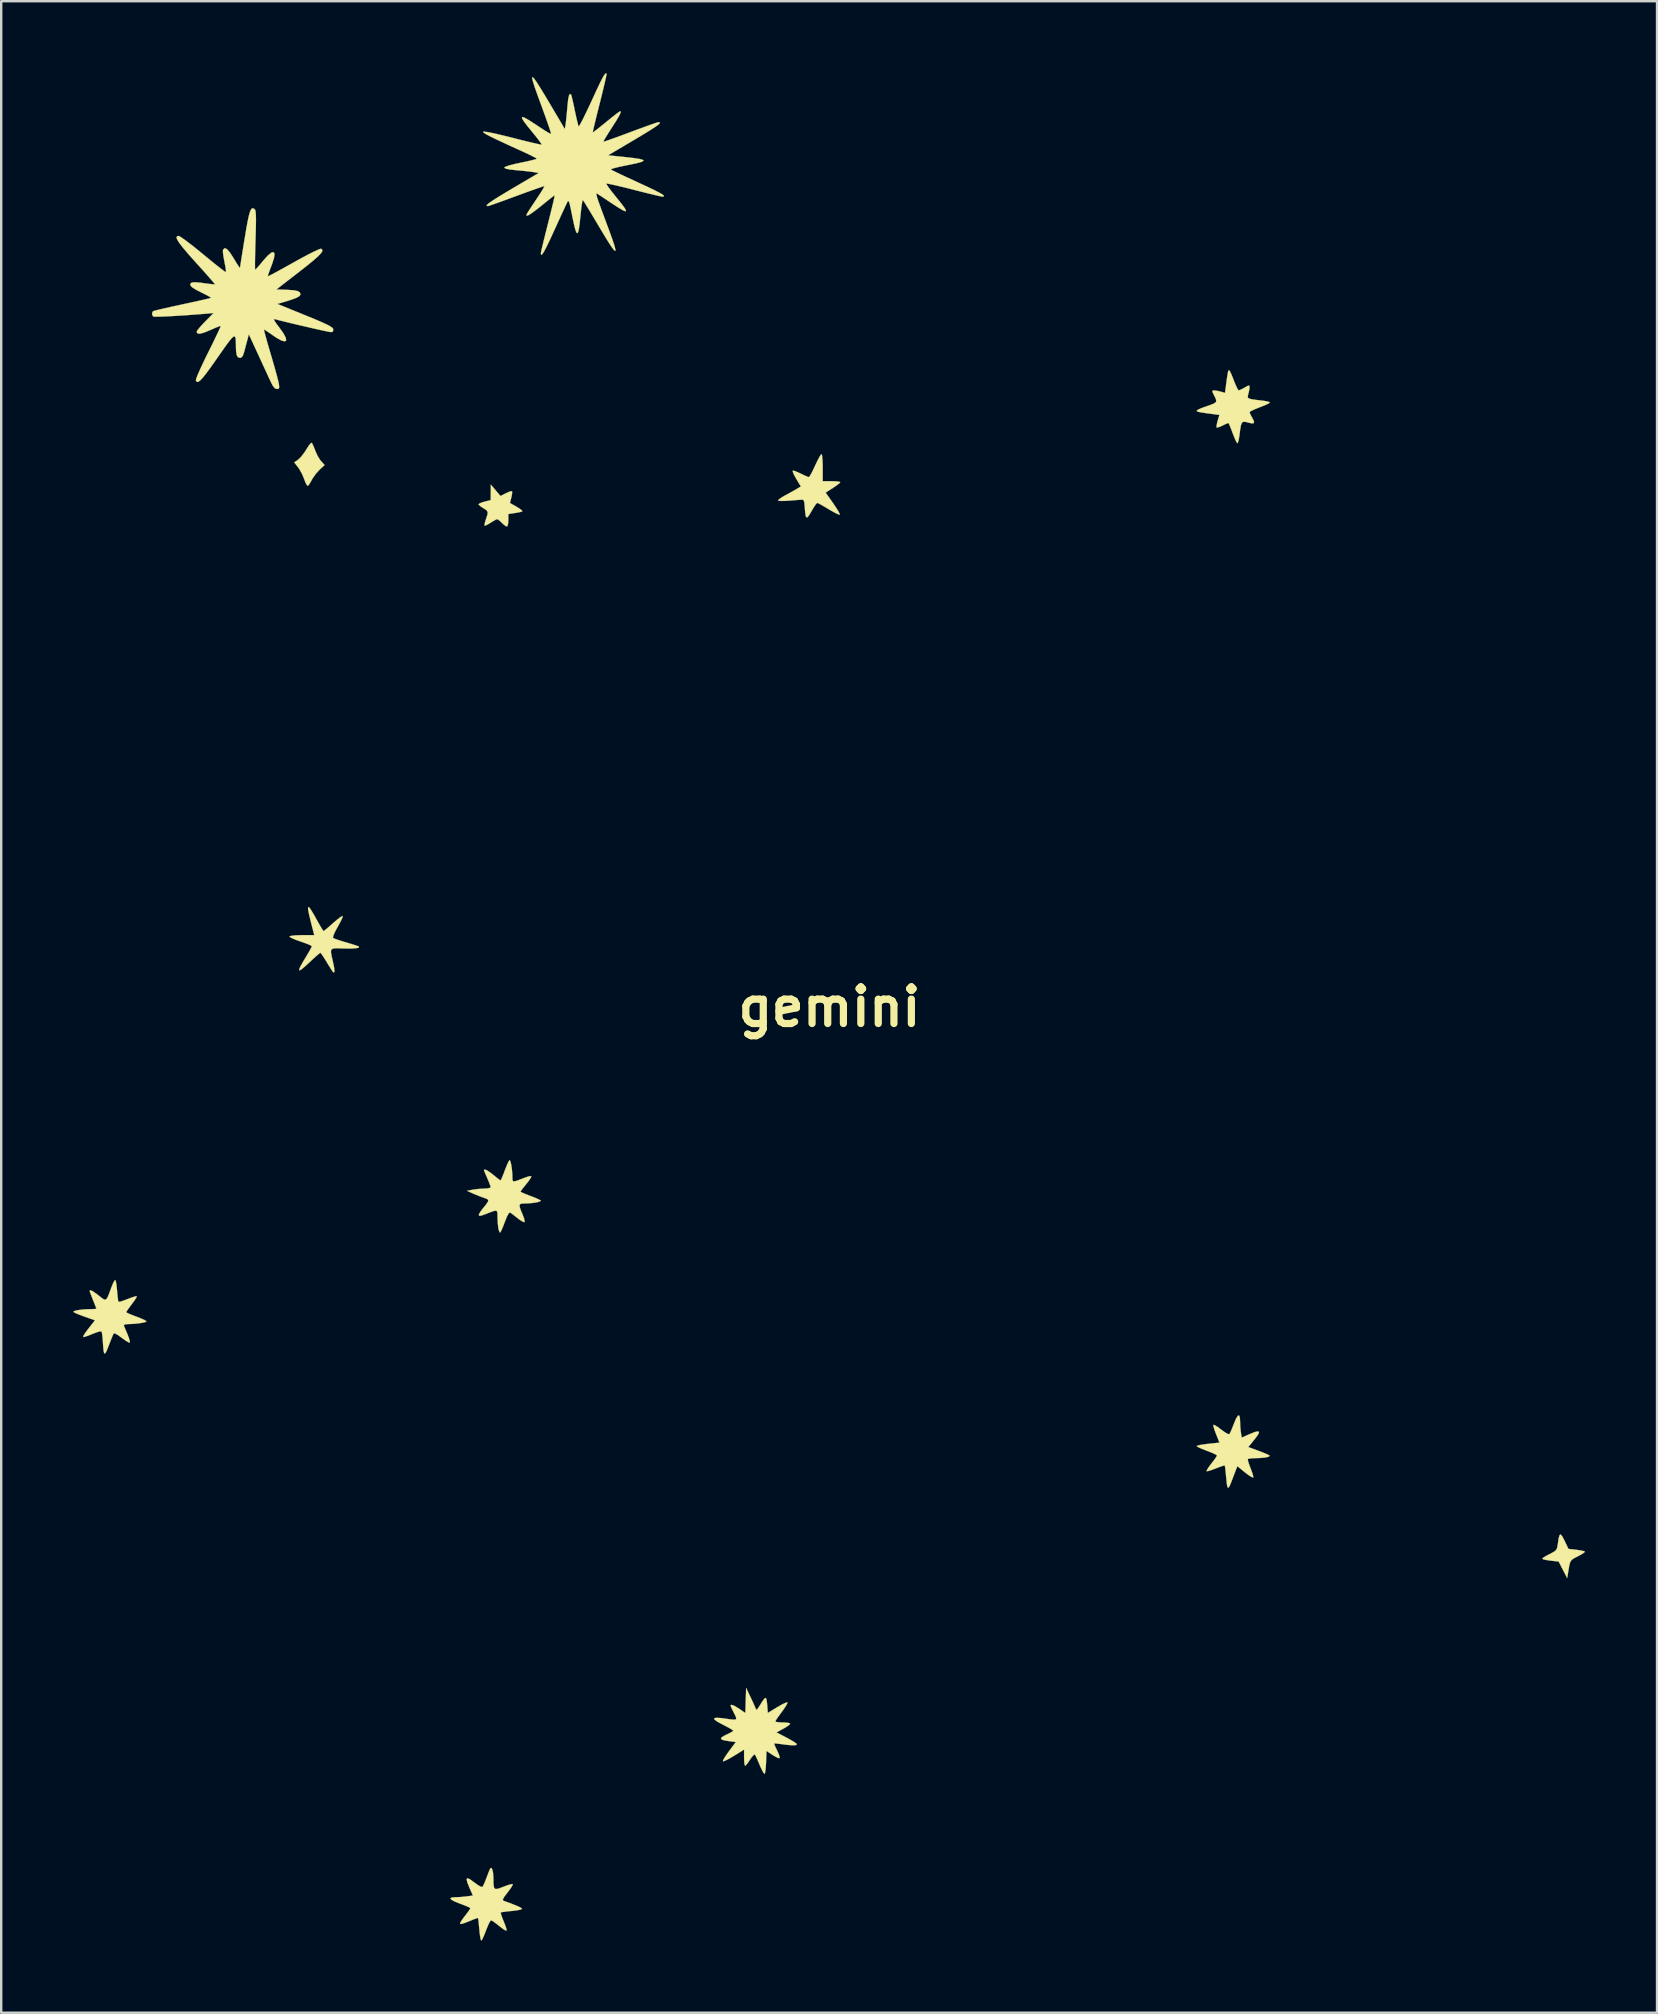
<source format=kicad_pcb>
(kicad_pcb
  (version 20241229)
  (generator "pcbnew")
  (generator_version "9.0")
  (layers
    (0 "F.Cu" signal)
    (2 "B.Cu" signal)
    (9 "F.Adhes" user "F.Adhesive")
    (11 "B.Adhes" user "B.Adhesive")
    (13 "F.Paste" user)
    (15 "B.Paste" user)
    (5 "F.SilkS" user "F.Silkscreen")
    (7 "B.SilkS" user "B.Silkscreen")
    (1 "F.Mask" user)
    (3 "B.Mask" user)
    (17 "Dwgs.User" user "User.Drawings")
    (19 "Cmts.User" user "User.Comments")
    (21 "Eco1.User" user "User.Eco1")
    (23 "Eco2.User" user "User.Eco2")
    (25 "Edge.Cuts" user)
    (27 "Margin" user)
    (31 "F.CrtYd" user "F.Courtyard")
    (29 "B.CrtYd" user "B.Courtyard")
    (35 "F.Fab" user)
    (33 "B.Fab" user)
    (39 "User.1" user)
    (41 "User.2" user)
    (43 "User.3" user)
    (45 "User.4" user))
  (footprint "gemini"
    (layer "F.Cu")
    (at 31.501 38.894)
    (property "Reference" "gemini" (at 0 0 0) (layer "F.SilkS") (effects (font (size 1.524 1.524) (thickness 0.3))))
    (attr through_hole)
    (fp_poly (pts (xy -21.521 -23.423) (xy -21.459 -23.278) (xy -21.419 -23.17) (xy -21.33 -22.972) (xy -21.222 -22.792) (xy -21.173 -22.731) (xy -21.029 -22.573) (xy -21.234 -22.385) (xy -21.388 -22.217) (xy -21.525 -22.024) (xy -21.556 -21.968) (xy -21.638 -21.823) (xy -21.706 -21.724) (xy -21.726 -21.706) (xy -21.77 -21.737) (xy -21.829 -21.849) (xy -21.874 -21.971) (xy -21.962 -22.187) (xy -22.078 -22.397) (xy -22.132 -22.475) (xy -22.295 -22.683) (xy -22.129 -22.801) (xy -22.011 -22.915) (xy -21.877 -23.087) (xy -21.784 -23.233) (xy -21.687 -23.386) (xy -21.606 -23.482) (xy -21.562 -23.5) (xy -21.521 -23.423)) (stroke (width 0.01) (type solid)) (fill yes) (layer "F.SilkS"))
    (fp_poly (pts (xy 30.522 22.048) (xy 30.612 22.22) (xy 30.618 22.233) (xy 30.781 22.574) (xy 31.112 22.612) (xy 31.293 22.638) (xy 31.422 22.667) (xy 31.466 22.688) (xy 31.433 22.731) (xy 31.322 22.803) (xy 31.181 22.878) (xy 31.016 22.962) (xy 30.914 23.033) (xy 30.854 23.124) (xy 30.816 23.264) (xy 30.779 23.481) (xy 30.729 23.791) (xy 30.373 23.101) (xy 30.031 23.062) (xy 29.852 23.036) (xy 29.728 23.006) (xy 29.69 22.982) (xy 29.736 22.937) (xy 29.857 22.862) (xy 29.996 22.79) (xy 30.168 22.701) (xy 30.263 22.625) (xy 30.311 22.53) (xy 30.337 22.381) (xy 30.339 22.369) (xy 30.375 22.13) (xy 30.412 21.999) (xy 30.459 21.973) (xy 30.522 22.048)) (stroke (width 0.01) (type solid)) (fill yes) (layer "F.SilkS"))
    (fp_poly (pts (xy -13.905 -21.521) (xy -13.704 -21.283) (xy -13.479 -21.398) (xy -13.338 -21.461) (xy -13.242 -21.487) (xy -13.223 -21.483) (xy -13.217 -21.415) (xy -13.238 -21.28) (xy -13.252 -21.223) (xy -13.31 -20.993) (xy -13.028 -20.832) (xy -12.885 -20.742) (xy -12.802 -20.672) (xy -12.794 -20.642) (xy -12.874 -20.617) (xy -13.023 -20.587) (xy -13.109 -20.573) (xy -13.377 -20.533) (xy -13.377 -20.289) (xy -13.387 -20.133) (xy -13.413 -20.031) (xy -13.425 -20.015) (xy -13.49 -20.033) (xy -13.594 -20.114) (xy -13.633 -20.153) (xy -13.744 -20.258) (xy -13.826 -20.316) (xy -13.841 -20.32) (xy -13.912 -20.291) (xy -14.04 -20.218) (xy -14.113 -20.171) (xy -14.25 -20.089) (xy -14.345 -20.048) (xy -14.367 -20.049) (xy -14.366 -20.114) (xy -14.333 -20.246) (xy -14.309 -20.318) (xy -14.249 -20.499) (xy -14.236 -20.609) (xy -14.277 -20.683) (xy -14.383 -20.756) (xy -14.422 -20.779) (xy -14.546 -20.862) (xy -14.614 -20.927) (xy -14.619 -20.94) (xy -14.57 -20.978) (xy -14.444 -21.026) (xy -14.365 -21.048) (xy -14.111 -21.112) (xy -14.109 -21.436) (xy -14.106 -21.759) (xy -13.905 -21.521)) (stroke (width 0.01) (type solid)) (fill yes) (layer "F.SilkS"))
    (fp_poly (pts (xy -0.311 -22.977) (xy -0.294 -22.835) (xy -0.284 -22.629) (xy -0.282 -22.465) (xy -0.282 -21.9) (xy 0.085 -21.9) (xy 0.271 -21.895) (xy 0.403 -21.879) (xy 0.451 -21.858) (xy 0.407 -21.808) (xy 0.292 -21.72) (xy 0.145 -21.62) (xy -0.16 -21.425) (xy 0.152 -20.982) (xy 0.282 -20.789) (xy 0.378 -20.631) (xy 0.428 -20.53) (xy 0.43 -20.505) (xy 0.37 -20.518) (xy 0.239 -20.579) (xy 0.059 -20.679) (xy -0.034 -20.734) (xy -0.231 -20.851) (xy -0.391 -20.942) (xy -0.491 -20.992) (xy -0.509 -20.997) (xy -0.558 -20.952) (xy -0.641 -20.834) (xy -0.729 -20.687) (xy -0.837 -20.502) (xy -0.907 -20.406) (xy -0.951 -20.387) (xy -0.983 -20.433) (xy -0.988 -20.447) (xy -1.005 -20.54) (xy -1.021 -20.703) (xy -1.029 -20.828) (xy -1.046 -21.016) (xy -1.08 -21.111) (xy -1.129 -21.133) (xy -1.222 -21.126) (xy -1.395 -21.113) (xy -1.615 -21.095) (xy -1.679 -21.09) (xy -1.892 -21.077) (xy -2.054 -21.079) (xy -2.138 -21.092) (xy -2.145 -21.1) (xy -2.099 -21.15) (xy -1.98 -21.232) (xy -1.849 -21.307) (xy -1.649 -21.415) (xy -1.461 -21.52) (xy -1.372 -21.572) (xy -1.192 -21.68) (xy -1.386 -22.002) (xy -1.476 -22.166) (xy -1.527 -22.288) (xy -1.528 -22.341) (xy -1.528 -22.341) (xy -1.453 -22.327) (xy -1.314 -22.272) (xy -1.192 -22.214) (xy -1.028 -22.135) (xy -0.905 -22.083) (xy -0.86 -22.07) (xy -0.818 -22.118) (xy -0.744 -22.247) (xy -0.651 -22.434) (xy -0.598 -22.55) (xy -0.499 -22.758) (xy -0.412 -22.921) (xy -0.35 -23.015) (xy -0.332 -23.029) (xy -0.311 -22.977)) (stroke (width 0.01) (type solid)) (fill yes) (layer "F.SilkS"))
    (fp_poly (pts (xy -21.603 -4.056) (xy -21.481 -3.854) (xy -21.361 -3.638) (xy -21.247 -3.434) (xy -21.152 -3.273) (xy -21.089 -3.178) (xy -21.072 -3.161) (xy -21.021 -3.196) (xy -20.906 -3.291) (xy -20.749 -3.427) (xy -20.668 -3.5) (xy -20.501 -3.643) (xy -20.368 -3.744) (xy -20.288 -3.788) (xy -20.274 -3.785) (xy -20.292 -3.714) (xy -20.357 -3.573) (xy -20.456 -3.389) (xy -20.491 -3.327) (xy -20.594 -3.137) (xy -20.661 -2.983) (xy -20.683 -2.89) (xy -20.679 -2.878) (xy -20.606 -2.842) (xy -20.452 -2.787) (xy -20.243 -2.72) (xy -20.128 -2.687) (xy -19.905 -2.62) (xy -19.727 -2.564) (xy -19.618 -2.524) (xy -19.598 -2.514) (xy -19.605 -2.473) (xy -19.717 -2.446) (xy -19.927 -2.433) (xy -20.228 -2.436) (xy -20.259 -2.437) (xy -20.51 -2.446) (xy -20.668 -2.437) (xy -20.749 -2.391) (xy -20.767 -2.29) (xy -20.736 -2.113) (xy -20.684 -1.888) (xy -20.632 -1.633) (xy -20.618 -1.48) (xy -20.641 -1.43) (xy -20.694 -1.475) (xy -20.751 -1.56) (xy -20.846 -1.711) (xy -20.958 -1.895) (xy -20.964 -1.905) (xy -21.071 -2.077) (xy -21.156 -2.202) (xy -21.204 -2.257) (xy -21.206 -2.258) (xy -21.258 -2.222) (xy -21.372 -2.124) (xy -21.528 -1.983) (xy -21.627 -1.891) (xy -21.849 -1.686) (xy -22 -1.562) (xy -22.08 -1.52) (xy -22.091 -1.563) (xy -22.034 -1.693) (xy -21.911 -1.912) (xy -21.778 -2.132) (xy -21.673 -2.31) (xy -21.596 -2.45) (xy -21.562 -2.526) (xy -21.562 -2.529) (xy -21.612 -2.565) (xy -21.745 -2.624) (xy -21.939 -2.695) (xy -22.043 -2.73) (xy -22.251 -2.804) (xy -22.406 -2.872) (xy -22.486 -2.923) (xy -22.491 -2.939) (xy -22.423 -2.962) (xy -22.271 -2.981) (xy -22.06 -2.99) (xy -21.959 -2.992) (xy -21.461 -2.992) (xy -21.595 -3.514) (xy -21.673 -3.833) (xy -21.715 -4.046) (xy -21.718 -4.154) (xy -21.682 -4.157) (xy -21.603 -4.056)) (stroke (width 0.01) (type solid)) (fill yes) (layer "F.SilkS"))
    (fp_poly (pts (xy 16.68 -26.48) (xy 16.742 -26.35) (xy 16.818 -26.163) (xy 16.839 -26.106) (xy 16.919 -25.908) (xy 16.989 -25.76) (xy 17.038 -25.686) (xy 17.047 -25.682) (xy 17.123 -25.709) (xy 17.252 -25.775) (xy 17.297 -25.801) (xy 17.424 -25.872) (xy 17.482 -25.885) (xy 17.497 -25.843) (xy 17.498 -25.814) (xy 17.482 -25.686) (xy 17.446 -25.53) (xy 17.424 -25.442) (xy 17.429 -25.382) (xy 17.48 -25.342) (xy 17.592 -25.312) (xy 17.785 -25.285) (xy 18.02 -25.258) (xy 18.194 -25.232) (xy 18.312 -25.201) (xy 18.344 -25.178) (xy 18.295 -25.139) (xy 18.165 -25.076) (xy 17.978 -25) (xy 17.921 -24.979) (xy 17.724 -24.901) (xy 17.575 -24.831) (xy 17.502 -24.783) (xy 17.498 -24.775) (xy 17.525 -24.698) (xy 17.592 -24.572) (xy 17.608 -24.545) (xy 17.683 -24.394) (xy 17.676 -24.318) (xy 17.581 -24.309) (xy 17.483 -24.332) (xy 17.341 -24.37) (xy 17.245 -24.377) (xy 17.182 -24.337) (xy 17.14 -24.233) (xy 17.107 -24.049) (xy 17.072 -23.777) (xy 17.044 -23.612) (xy 17.012 -23.504) (xy 16.992 -23.481) (xy 16.954 -23.53) (xy 16.891 -23.661) (xy 16.815 -23.847) (xy 16.794 -23.904) (xy 16.719 -24.101) (xy 16.658 -24.25) (xy 16.62 -24.324) (xy 16.615 -24.328) (xy 16.554 -24.304) (xy 16.43 -24.246) (xy 16.374 -24.217) (xy 16.235 -24.156) (xy 16.142 -24.133) (xy 16.126 -24.138) (xy 16.122 -24.205) (xy 16.149 -24.341) (xy 16.169 -24.415) (xy 16.243 -24.661) (xy 15.982 -24.695) (xy 15.69 -24.734) (xy 15.493 -24.763) (xy 15.373 -24.788) (xy 15.314 -24.81) (xy 15.297 -24.834) (xy 15.296 -24.836) (xy 15.346 -24.876) (xy 15.475 -24.936) (xy 15.649 -25.001) (xy 15.888 -25.083) (xy 16.035 -25.146) (xy 16.103 -25.207) (xy 16.108 -25.282) (xy 16.065 -25.389) (xy 16.034 -25.449) (xy 15.966 -25.59) (xy 15.949 -25.659) (xy 15.982 -25.681) (xy 16.015 -25.682) (xy 16.14 -25.667) (xy 16.296 -25.631) (xy 16.476 -25.579) (xy 16.51 -25.842) (xy 16.549 -26.136) (xy 16.579 -26.334) (xy 16.602 -26.454) (xy 16.623 -26.513) (xy 16.643 -26.529) (xy 16.68 -26.48)) (stroke (width 0.01) (type solid)) (fill yes) (layer "F.SilkS"))
    (fp_poly (pts (xy 17.095 17.105) (xy 17.103 17.253) (xy 17.111 17.469) (xy 17.13 17.678) (xy 17.138 17.732) (xy 17.172 17.937) (xy 17.484 17.8) (xy 17.713 17.707) (xy 17.849 17.677) (xy 17.895 17.711) (xy 17.853 17.813) (xy 17.727 17.986) (xy 17.705 18.014) (xy 17.445 18.332) (xy 17.796 18.46) (xy 17.996 18.536) (xy 18.166 18.604) (xy 18.259 18.645) (xy 18.338 18.691) (xy 18.316 18.721) (xy 18.259 18.744) (xy 18.143 18.769) (xy 17.96 18.786) (xy 17.804 18.792) (xy 17.617 18.799) (xy 17.48 18.813) (xy 17.428 18.828) (xy 17.431 18.893) (xy 17.471 19.03) (xy 17.534 19.201) (xy 17.603 19.384) (xy 17.646 19.528) (xy 17.654 19.598) (xy 17.605 19.592) (xy 17.493 19.527) (xy 17.341 19.414) (xy 17.312 19.391) (xy 16.989 19.128) (xy 16.928 19.287) (xy 16.873 19.431) (xy 16.798 19.627) (xy 16.755 19.741) (xy 16.68 19.928) (xy 16.63 20.018) (xy 16.594 20.022) (xy 16.569 19.967) (xy 16.554 19.878) (xy 16.535 19.712) (xy 16.516 19.508) (xy 16.498 19.311) (xy 16.479 19.165) (xy 16.465 19.099) (xy 16.464 19.099) (xy 16.406 19.108) (xy 16.273 19.152) (xy 16.093 19.221) (xy 16.09 19.222) (xy 15.908 19.291) (xy 15.77 19.332) (xy 15.707 19.338) (xy 15.707 19.338) (xy 15.724 19.283) (xy 15.798 19.167) (xy 15.91 19.017) (xy 16.029 18.862) (xy 16.113 18.742) (xy 16.143 18.683) (xy 16.094 18.646) (xy 15.963 18.584) (xy 15.777 18.509) (xy 15.72 18.487) (xy 15.522 18.41) (xy 15.374 18.343) (xy 15.3 18.298) (xy 15.296 18.291) (xy 15.348 18.266) (xy 15.487 18.237) (xy 15.686 18.208) (xy 15.771 18.198) (xy 16.245 18.147) (xy 16.103 17.792) (xy 16.035 17.609) (xy 15.996 17.47) (xy 15.992 17.404) (xy 15.992 17.404) (xy 16.049 17.42) (xy 16.167 17.492) (xy 16.319 17.606) (xy 16.474 17.718) (xy 16.595 17.786) (xy 16.657 17.796) (xy 16.697 17.724) (xy 16.761 17.577) (xy 16.835 17.388) (xy 16.932 17.155) (xy 17.008 17.03) (xy 17.063 17.013) (xy 17.095 17.105)) (stroke (width 0.01) (type solid)) (fill yes) (layer "F.SilkS"))
    (fp_poly (pts (xy -14.042 35.931) (xy -14.012 36.079) (xy -13.999 36.283) (xy -13.999 36.303) (xy -13.995 36.543) (xy -13.972 36.685) (xy -13.914 36.742) (xy -13.803 36.731) (xy -13.624 36.665) (xy -13.593 36.652) (xy -13.41 36.584) (xy -13.266 36.541) (xy -13.197 36.533) (xy -13.202 36.582) (xy -13.267 36.693) (xy -13.38 36.845) (xy -13.403 36.875) (xy -13.546 37.064) (xy -13.607 37.18) (xy -13.592 37.225) (xy -13.262 37.346) (xy -13.028 37.439) (xy -12.883 37.506) (xy -12.816 37.551) (xy -12.808 37.568) (xy -12.861 37.597) (xy -12.999 37.627) (xy -13.195 37.652) (xy -13.238 37.656) (xy -13.446 37.676) (xy -13.606 37.698) (xy -13.688 37.716) (xy -13.692 37.719) (xy -13.685 37.78) (xy -13.641 37.915) (xy -13.569 38.094) (xy -13.497 38.274) (xy -13.455 38.411) (xy -13.452 38.475) (xy -13.509 38.46) (xy -13.624 38.385) (xy -13.764 38.276) (xy -13.916 38.156) (xy -14.037 38.072) (xy -14.097 38.044) (xy -14.141 38.093) (xy -14.208 38.224) (xy -14.286 38.411) (xy -14.307 38.467) (xy -14.384 38.664) (xy -14.451 38.813) (xy -14.497 38.886) (xy -14.504 38.89) (xy -14.528 38.838) (xy -14.554 38.7) (xy -14.578 38.502) (xy -14.585 38.427) (xy -14.605 38.212) (xy -14.623 38.046) (xy -14.637 37.956) (xy -14.64 37.947) (xy -14.696 37.96) (xy -14.827 38.008) (xy -15.004 38.081) (xy -15.005 38.081) (xy -15.185 38.152) (xy -15.323 38.194) (xy -15.388 38.197) (xy -15.374 38.138) (xy -15.302 38.02) (xy -15.19 37.869) (xy -15.072 37.716) (xy -14.988 37.597) (xy -14.958 37.542) (xy -15.007 37.507) (xy -15.137 37.448) (xy -15.322 37.376) (xy -15.364 37.361) (xy -15.607 37.264) (xy -15.75 37.186) (xy -15.789 37.128) (xy -15.723 37.093) (xy -15.591 37.084) (xy -15.387 37.076) (xy -15.16 37.055) (xy -15.111 37.049) (xy -14.853 37.013) (xy -14.992 36.699) (xy -15.084 36.471) (xy -15.114 36.337) (xy -15.08 36.293) (xy -14.979 36.334) (xy -14.808 36.458) (xy -14.799 36.465) (xy -14.64 36.58) (xy -14.517 36.647) (xy -14.453 36.654) (xy -14.411 36.578) (xy -14.346 36.429) (xy -14.284 36.269) (xy -14.215 36.086) (xy -14.158 35.944) (xy -14.129 35.882) (xy -14.083 35.86) (xy -14.042 35.931)) (stroke (width 0.01) (type solid)) (fill yes) (layer "F.SilkS"))
    (fp_poly (pts (xy -13.291 6.43) (xy -13.258 6.563) (xy -13.23 6.748) (xy -13.212 6.954) (xy -13.208 7.098) (xy -13.205 7.199) (xy -13.183 7.255) (xy -13.122 7.265) (xy -13.003 7.232) (xy -12.805 7.156) (xy -12.714 7.12) (xy -12.539 7.06) (xy -12.437 7.046) (xy -12.418 7.063) (xy -12.452 7.136) (xy -12.54 7.264) (xy -12.644 7.394) (xy -12.761 7.539) (xy -12.843 7.648) (xy -12.869 7.693) (xy -12.82 7.724) (xy -12.69 7.782) (xy -12.504 7.855) (xy -12.446 7.876) (xy -12.249 7.953) (xy -12.1 8.02) (xy -12.027 8.065) (xy -12.023 8.072) (xy -12.074 8.108) (xy -12.21 8.142) (xy -12.401 8.169) (xy -12.618 8.183) (xy -12.686 8.184) (xy -12.825 8.19) (xy -12.898 8.223) (xy -12.911 8.3) (xy -12.868 8.442) (xy -12.787 8.636) (xy -12.724 8.803) (xy -12.697 8.923) (xy -12.706 8.966) (xy -12.777 8.944) (xy -12.9 8.867) (xy -12.998 8.793) (xy -13.144 8.677) (xy -13.259 8.59) (xy -13.301 8.562) (xy -13.356 8.591) (xy -13.432 8.726) (xy -13.521 8.948) (xy -13.598 9.15) (xy -13.665 9.307) (xy -13.71 9.392) (xy -13.717 9.399) (xy -13.751 9.366) (xy -13.785 9.255) (xy -13.793 9.213) (xy -13.815 9.022) (xy -13.827 8.797) (xy -13.828 8.728) (xy -13.83 8.59) (xy -13.848 8.509) (xy -13.902 8.483) (xy -14.011 8.507) (xy -14.196 8.577) (xy -14.323 8.628) (xy -14.505 8.692) (xy -14.598 8.695) (xy -14.602 8.634) (xy -14.522 8.503) (xy -14.432 8.388) (xy -14.292 8.212) (xy -14.221 8.101) (xy -14.215 8.035) (xy -14.274 7.992) (xy -14.379 7.955) (xy -14.567 7.886) (xy -14.78 7.8) (xy -14.845 7.772) (xy -15.099 7.659) (xy -14.873 7.614) (xy -14.668 7.585) (xy -14.437 7.568) (xy -14.379 7.567) (xy -14.223 7.555) (xy -14.126 7.527) (xy -14.111 7.509) (xy -14.133 7.431) (xy -14.188 7.286) (xy -14.252 7.135) (xy -14.326 6.965) (xy -14.377 6.841) (xy -14.393 6.795) (xy -14.355 6.769) (xy -14.249 6.815) (xy -14.089 6.926) (xy -13.998 6.999) (xy -13.854 7.117) (xy -13.746 7.199) (xy -13.702 7.225) (xy -13.671 7.176) (xy -13.614 7.046) (xy -13.542 6.859) (xy -13.52 6.802) (xy -13.443 6.604) (xy -13.376 6.456) (xy -13.33 6.382) (xy -13.323 6.378) (xy -13.291 6.43)) (stroke (width 0.01) (type solid)) (fill yes) (layer "F.SilkS"))
    (fp_poly (pts (xy -29.748 11.373) (xy -29.724 11.437) (xy -29.699 11.585) (xy -29.677 11.787) (xy -29.674 11.829) (xy -29.655 12.037) (xy -29.635 12.198) (xy -29.618 12.281) (xy -29.615 12.285) (xy -29.554 12.279) (xy -29.419 12.236) (xy -29.238 12.168) (xy -29.235 12.167) (xy -29.054 12.098) (xy -28.917 12.056) (xy -28.854 12.049) (xy -28.854 12.05) (xy -28.872 12.104) (xy -28.945 12.221) (xy -29.058 12.376) (xy -29.061 12.379) (xy -29.179 12.536) (xy -29.262 12.656) (xy -29.295 12.714) (xy -29.295 12.714) (xy -29.246 12.746) (xy -29.115 12.805) (xy -28.929 12.878) (xy -28.871 12.899) (xy -28.674 12.976) (xy -28.526 13.043) (xy -28.452 13.088) (xy -28.448 13.095) (xy -28.499 13.127) (xy -28.634 13.158) (xy -28.822 13.185) (xy -29.035 13.203) (xy -29.196 13.208) (xy -29.345 13.22) (xy -29.394 13.26) (xy -29.39 13.279) (xy -29.353 13.367) (xy -29.289 13.52) (xy -29.235 13.647) (xy -29.173 13.814) (xy -29.142 13.936) (xy -29.144 13.98) (xy -29.203 13.966) (xy -29.323 13.895) (xy -29.477 13.784) (xy -29.631 13.672) (xy -29.751 13.603) (xy -29.809 13.592) (xy -29.844 13.66) (xy -29.906 13.806) (xy -29.982 14) (xy -29.998 14.041) (xy -30.084 14.263) (xy -30.142 14.392) (xy -30.181 14.439) (xy -30.209 14.418) (xy -30.224 14.379) (xy -30.239 14.289) (xy -30.254 14.124) (xy -30.267 13.93) (xy -30.283 13.732) (xy -30.304 13.582) (xy -30.326 13.513) (xy -30.393 13.514) (xy -30.532 13.555) (xy -30.712 13.625) (xy -30.891 13.697) (xy -31.027 13.741) (xy -31.089 13.747) (xy -31.071 13.692) (xy -30.997 13.573) (xy -30.881 13.415) (xy -30.857 13.384) (xy -30.595 13.051) (xy -31.045 12.894) (xy -31.25 12.818) (xy -31.406 12.752) (xy -31.489 12.707) (xy -31.496 12.698) (xy -31.444 12.662) (xy -31.307 12.629) (xy -31.113 12.603) (xy -30.888 12.589) (xy -30.805 12.588) (xy -30.648 12.584) (xy -30.552 12.575) (xy -30.536 12.569) (xy -30.556 12.511) (xy -30.607 12.378) (xy -30.678 12.203) (xy -30.749 12.022) (xy -30.8 11.887) (xy -30.819 11.826) (xy -30.785 11.797) (xy -30.682 11.844) (xy -30.505 11.969) (xy -30.434 12.025) (xy -30.298 12.133) (xy -30.204 12.191) (xy -30.136 12.186) (xy -30.077 12.11) (xy -30.01 11.95) (xy -29.918 11.699) (xy -29.848 11.525) (xy -29.787 11.408) (xy -29.748 11.372) (xy -29.748 11.373)) (stroke (width 0.01) (type solid)) (fill yes) (layer "F.SilkS"))
    (fp_poly (pts (xy -3.297 28.73) (xy -3.203 28.93) (xy -3.126 29.101) (xy -3.081 29.209) (xy -3.081 29.21) (xy -3.05 29.271) (xy -3.01 29.257) (xy -2.941 29.159) (xy -2.917 29.12) (xy -2.787 28.912) (xy -2.702 28.801) (xy -2.65 28.783) (xy -2.619 28.858) (xy -2.599 29.023) (xy -2.596 29.059) (xy -2.568 29.407) (xy -2.19 29.176) (xy -2.004 29.069) (xy -1.854 28.994) (xy -1.764 28.964) (xy -1.755 28.965) (xy -1.761 29.015) (xy -1.824 29.131) (xy -1.933 29.292) (xy -1.977 29.351) (xy -2.106 29.526) (xy -2.204 29.667) (xy -2.253 29.751) (xy -2.256 29.76) (xy -2.206 29.784) (xy -2.075 29.799) (xy -1.947 29.803) (xy -1.777 29.811) (xy -1.665 29.834) (xy -1.637 29.856) (xy -1.683 29.909) (xy -1.801 29.993) (xy -1.921 30.063) (xy -2.206 30.218) (xy -1.78 30.44) (xy -1.587 30.547) (xy -1.44 30.638) (xy -1.361 30.7) (xy -1.355 30.712) (xy -1.403 30.748) (xy -1.549 30.755) (xy -1.799 30.733) (xy -1.976 30.709) (xy -2.149 30.687) (xy -2.269 30.677) (xy -2.304 30.679) (xy -2.29 30.733) (xy -2.237 30.857) (xy -2.177 30.979) (xy -2.107 31.138) (xy -2.073 31.253) (xy -2.079 31.292) (xy -2.147 31.28) (xy -2.275 31.216) (xy -2.374 31.155) (xy -2.625 30.989) (xy -2.641 31.468) (xy -2.654 31.685) (xy -2.673 31.851) (xy -2.696 31.939) (xy -2.705 31.948) (xy -2.748 31.899) (xy -2.818 31.772) (xy -2.9 31.592) (xy -2.911 31.567) (xy -2.993 31.374) (xy -3.062 31.222) (xy -3.105 31.142) (xy -3.107 31.139) (xy -3.155 31.157) (xy -3.239 31.25) (xy -3.309 31.351) (xy -3.406 31.494) (xy -3.484 31.588) (xy -3.514 31.609) (xy -3.536 31.558) (xy -3.551 31.424) (xy -3.556 31.271) (xy -3.556 30.933) (xy -3.98 31.195) (xy -4.173 31.308) (xy -4.328 31.388) (xy -4.423 31.424) (xy -4.439 31.422) (xy -4.424 31.364) (xy -4.352 31.241) (xy -4.239 31.074) (xy -4.188 31.004) (xy -3.902 30.621) (xy -4.24 30.574) (xy -4.434 30.536) (xy -4.52 30.49) (xy -4.498 30.429) (xy -4.368 30.347) (xy -4.234 30.283) (xy -4.097 30.214) (xy -4.016 30.159) (xy -4.008 30.145) (xy -4.055 30.106) (xy -4.18 30.031) (xy -4.361 29.936) (xy -4.439 29.896) (xy -4.667 29.773) (xy -4.789 29.684) (xy -4.802 29.629) (xy -4.708 29.608) (xy -4.506 29.621) (xy -4.402 29.635) (xy -4.141 29.672) (xy -3.978 29.687) (xy -3.897 29.673) (xy -3.883 29.62) (xy -3.921 29.523) (xy -3.978 29.409) (xy -4.056 29.25) (xy -4.108 29.136) (xy -4.12 29.099) (xy -4.08 29.068) (xy -3.964 29.11) (xy -3.781 29.22) (xy -3.752 29.239) (xy -3.504 29.41) (xy -3.488 28.887) (xy -3.471 28.363) (xy -3.297 28.73)) (stroke (width 0.01) (type solid)) (fill yes) (layer "F.SilkS"))
    (fp_poly (pts (xy -23.964 -33.247) (xy -23.944 -33.232) (xy -23.919 -33.192) (xy -23.902 -33.111) (xy -23.892 -32.975) (xy -23.889 -32.772) (xy -23.893 -32.487) (xy -23.903 -32.109) (xy -23.908 -31.937) (xy -23.919 -31.578) (xy -23.926 -31.26) (xy -23.93 -31) (xy -23.929 -30.813) (xy -23.925 -30.716) (xy -23.922 -30.706) (xy -23.877 -30.747) (xy -23.78 -30.855) (xy -23.648 -31.011) (xy -23.598 -31.073) (xy -23.399 -31.296) (xy -23.25 -31.42) (xy -23.154 -31.444) (xy -23.115 -31.371) (xy -23.136 -31.203) (xy -23.219 -30.942) (xy -23.247 -30.87) (xy -23.322 -30.673) (xy -23.375 -30.521) (xy -23.397 -30.44) (xy -23.396 -30.434) (xy -23.344 -30.455) (xy -23.209 -30.524) (xy -23.004 -30.634) (xy -22.744 -30.776) (xy -22.444 -30.943) (xy -22.318 -31.014) (xy -22.002 -31.189) (xy -21.716 -31.341) (xy -21.476 -31.462) (xy -21.297 -31.545) (xy -21.195 -31.582) (xy -21.179 -31.583) (xy -21.126 -31.543) (xy -21.126 -31.48) (xy -21.187 -31.387) (xy -21.314 -31.255) (xy -21.515 -31.079) (xy -21.796 -30.851) (xy -22.089 -30.622) (xy -23.038 -29.887) (xy -22.587 -29.871) (xy -22.319 -29.853) (xy -22.149 -29.819) (xy -22.066 -29.769) (xy -22.031 -29.689) (xy -22.073 -29.614) (xy -22.204 -29.538) (xy -22.431 -29.454) (xy -22.576 -29.409) (xy -22.997 -29.284) (xy -21.842 -28.814) (xy -21.452 -28.654) (xy -21.157 -28.528) (xy -20.943 -28.43) (xy -20.799 -28.354) (xy -20.713 -28.295) (xy -20.674 -28.246) (xy -20.669 -28.227) (xy -20.683 -28.132) (xy -20.762 -28.109) (xy -20.842 -28.122) (xy -21.011 -28.157) (xy -21.249 -28.208) (xy -21.535 -28.273) (xy -21.848 -28.345) (xy -22.167 -28.419) (xy -22.473 -28.492) (xy -22.745 -28.559) (xy -22.962 -28.613) (xy -23.103 -28.652) (xy -23.111 -28.655) (xy -23.144 -28.642) (xy -23.106 -28.559) (xy -22.994 -28.401) (xy -22.927 -28.315) (xy -22.745 -28.061) (xy -22.647 -27.875) (xy -22.631 -27.761) (xy -22.696 -27.723) (xy -22.837 -27.764) (xy -23.054 -27.887) (xy -23.173 -27.968) (xy -23.345 -28.088) (xy -23.479 -28.178) (xy -23.55 -28.221) (xy -23.555 -28.222) (xy -23.548 -28.171) (xy -23.513 -28.028) (xy -23.454 -27.811) (xy -23.375 -27.535) (xy -23.282 -27.217) (xy -23.274 -27.192) (xy -23.175 -26.854) (xy -23.086 -26.539) (xy -23.012 -26.268) (xy -22.959 -26.064) (xy -22.934 -25.95) (xy -22.92 -25.812) (xy -22.945 -25.751) (xy -23.018 -25.739) (xy -23.106 -25.773) (xy -23.195 -25.887) (xy -23.27 -26.035) (xy -23.342 -26.19) (xy -23.449 -26.422) (xy -23.579 -26.704) (xy -23.721 -27.012) (xy -23.796 -27.175) (xy -24.185 -28.018) (xy -24.253 -27.767) (xy -24.312 -27.545) (xy -24.372 -27.317) (xy -24.383 -27.277) (xy -24.442 -27.112) (xy -24.515 -27.042) (xy -24.549 -27.037) (xy -24.638 -27.063) (xy -24.692 -27.153) (xy -24.718 -27.325) (xy -24.723 -27.507) (xy -24.726 -27.706) (xy -24.736 -27.846) (xy -24.762 -27.922) (xy -24.811 -27.931) (xy -24.891 -27.866) (xy -25.009 -27.725) (xy -25.174 -27.501) (xy -25.391 -27.191) (xy -25.498 -27.037) (xy -25.751 -26.677) (xy -25.951 -26.405) (xy -26.103 -26.212) (xy -26.217 -26.092) (xy -26.297 -26.037) (xy -26.353 -26.04) (xy -26.391 -26.093) (xy -26.393 -26.099) (xy -26.378 -26.171) (xy -26.318 -26.327) (xy -26.22 -26.551) (xy -26.091 -26.829) (xy -25.939 -27.143) (xy -25.88 -27.262) (xy -25.721 -27.582) (xy -25.583 -27.866) (xy -25.471 -28.1) (xy -25.394 -28.269) (xy -25.357 -28.357) (xy -25.356 -28.366) (xy -25.412 -28.354) (xy -25.545 -28.303) (xy -25.73 -28.223) (xy -25.791 -28.196) (xy -26.056 -28.087) (xy -26.234 -28.042) (xy -26.333 -28.061) (xy -26.36 -28.128) (xy -26.322 -28.194) (xy -26.222 -28.317) (xy -26.078 -28.475) (xy -26.007 -28.548) (xy -25.654 -28.905) (xy -26.021 -28.873) (xy -26.423 -28.841) (xy -26.819 -28.812) (xy -27.194 -28.788) (xy -27.531 -28.769) (xy -27.812 -28.757) (xy -28.022 -28.752) (xy -28.145 -28.755) (xy -28.168 -28.76) (xy -28.218 -28.845) (xy -28.201 -28.948) (xy -28.167 -28.984) (xy -28.097 -29.005) (xy -27.934 -29.046) (xy -27.695 -29.102) (xy -27.397 -29.169) (xy -27.057 -29.243) (xy -26.946 -29.267) (xy -26.599 -29.342) (xy -26.291 -29.41) (xy -26.039 -29.467) (xy -25.86 -29.509) (xy -25.768 -29.533) (xy -25.76 -29.536) (xy -25.798 -29.568) (xy -25.914 -29.635) (xy -26.087 -29.724) (xy -26.138 -29.748) (xy -26.392 -29.878) (xy -26.549 -29.978) (xy -26.622 -30.057) (xy -26.619 -30.124) (xy -26.596 -30.153) (xy -26.527 -30.182) (xy -26.389 -30.186) (xy -26.166 -30.164) (xy -26.07 -30.15) (xy -25.856 -30.122) (xy -25.691 -30.103) (xy -25.602 -30.098) (xy -25.594 -30.099) (xy -25.626 -30.143) (xy -25.724 -30.258) (xy -25.876 -30.432) (xy -26.071 -30.653) (xy -26.3 -30.907) (xy -26.394 -31.011) (xy -26.698 -31.352) (xy -26.926 -31.621) (xy -27.083 -31.824) (xy -27.173 -31.968) (xy -27.199 -32.06) (xy -27.168 -32.107) (xy -27.107 -32.116) (xy -27.036 -32.08) (xy -26.893 -31.983) (xy -26.693 -31.834) (xy -26.449 -31.644) (xy -26.176 -31.423) (xy -26.087 -31.349) (xy -25.813 -31.124) (xy -25.569 -30.927) (xy -25.369 -30.769) (xy -25.224 -30.66) (xy -25.148 -30.61) (xy -25.14 -30.608) (xy -25.139 -30.671) (xy -25.159 -30.815) (xy -25.196 -31.011) (xy -25.203 -31.048) (xy -25.242 -31.258) (xy -25.264 -31.43) (xy -25.264 -31.53) (xy -25.262 -31.536) (xy -25.199 -31.607) (xy -25.105 -31.573) (xy -24.978 -31.432) (xy -24.818 -31.185) (xy -24.81 -31.171) (xy -24.699 -30.986) (xy -24.611 -30.853) (xy -24.561 -30.789) (xy -24.553 -30.79) (xy -24.543 -30.861) (xy -24.518 -31.025) (xy -24.48 -31.267) (xy -24.432 -31.568) (xy -24.376 -31.911) (xy -24.357 -32.027) (xy -24.286 -32.452) (xy -24.225 -32.777) (xy -24.172 -33.01) (xy -24.123 -33.163) (xy -24.075 -33.247) (xy -24.023 -33.271) (xy -23.964 -33.247)) (stroke (width 0.01) (type solid)) (fill yes) (layer "F.SilkS"))
    (fp_poly (pts (xy -9.284 -38.88) (xy -9.291 -38.821) (xy -9.322 -38.669) (xy -9.375 -38.439) (xy -9.444 -38.149) (xy -9.527 -37.812) (xy -9.568 -37.649) (xy -9.657 -37.298) (xy -9.734 -36.986) (xy -9.796 -36.728) (xy -9.839 -36.541) (xy -9.86 -36.441) (xy -9.861 -36.428) (xy -9.815 -36.456) (xy -9.699 -36.543) (xy -9.53 -36.677) (xy -9.325 -36.842) (xy -9.302 -36.862) (xy -9.092 -37.032) (xy -8.914 -37.173) (xy -8.786 -37.27) (xy -8.726 -37.309) (xy -8.724 -37.31) (xy -8.696 -37.29) (xy -8.71 -37.224) (xy -8.772 -37.1) (xy -8.888 -36.906) (xy -9.063 -36.631) (xy -9.064 -36.63) (xy -9.205 -36.408) (xy -9.319 -36.224) (xy -9.393 -36.096) (xy -9.417 -36.042) (xy -9.416 -36.042) (xy -9.361 -36.056) (xy -9.215 -36.104) (xy -8.996 -36.182) (xy -8.718 -36.282) (xy -8.398 -36.401) (xy -8.297 -36.439) (xy -7.964 -36.563) (xy -7.664 -36.672) (xy -7.415 -36.761) (xy -7.233 -36.824) (xy -7.136 -36.853) (xy -7.126 -36.855) (xy -7.067 -36.847) (xy -7.069 -36.811) (xy -7.139 -36.744) (xy -7.284 -36.64) (xy -7.51 -36.495) (xy -7.824 -36.303) (xy -8.138 -36.116) (xy -9.221 -35.475) (xy -8.547 -35.405) (xy -8.179 -35.363) (xy -7.922 -35.325) (xy -7.777 -35.288) (xy -7.743 -35.249) (xy -7.82 -35.204) (xy -8.007 -35.151) (xy -8.303 -35.087) (xy -8.484 -35.052) (xy -8.736 -34.999) (xy -8.937 -34.95) (xy -9.067 -34.91) (xy -9.106 -34.883) (xy -9.105 -34.882) (xy -9.042 -34.848) (xy -8.892 -34.774) (xy -8.671 -34.668) (xy -8.395 -34.539) (xy -8.079 -34.393) (xy -7.973 -34.344) (xy -7.574 -34.159) (xy -7.272 -34.014) (xy -7.062 -33.905) (xy -6.937 -33.829) (xy -6.89 -33.781) (xy -6.916 -33.757) (xy -6.964 -33.754) (xy -7.04 -33.767) (xy -7.208 -33.805) (xy -7.449 -33.863) (xy -7.747 -33.936) (xy -8.083 -34.021) (xy -8.155 -34.04) (xy -8.492 -34.125) (xy -8.791 -34.197) (xy -9.035 -34.253) (xy -9.208 -34.288) (xy -9.291 -34.299) (xy -9.296 -34.298) (xy -9.274 -34.246) (xy -9.192 -34.125) (xy -9.062 -33.954) (xy -8.899 -33.75) (xy -8.896 -33.746) (xy -8.678 -33.476) (xy -8.537 -33.287) (xy -8.475 -33.176) (xy -8.494 -33.141) (xy -8.597 -33.181) (xy -8.786 -33.292) (xy -9.064 -33.472) (xy -9.129 -33.516) (xy -9.341 -33.657) (xy -9.522 -33.777) (xy -9.649 -33.86) (xy -9.694 -33.888) (xy -9.709 -33.86) (xy -9.686 -33.746) (xy -9.629 -33.565) (xy -9.601 -33.489) (xy -9.516 -33.257) (xy -9.406 -32.96) (xy -9.286 -32.635) (xy -9.178 -32.346) (xy -9.05 -31.991) (xy -8.962 -31.729) (xy -8.918 -31.562) (xy -8.919 -31.49) (xy -8.965 -31.514) (xy -9.059 -31.634) (xy -9.202 -31.851) (xy -9.396 -32.167) (xy -9.621 -32.544) (xy -9.805 -32.853) (xy -9.97 -33.129) (xy -10.108 -33.355) (xy -10.209 -33.518) (xy -10.266 -33.604) (xy -10.274 -33.613) (xy -10.292 -33.569) (xy -10.317 -33.434) (xy -10.344 -33.227) (xy -10.371 -32.97) (xy -10.373 -32.954) (xy -10.409 -32.609) (xy -10.444 -32.373) (xy -10.481 -32.248) (xy -10.522 -32.232) (xy -10.57 -32.327) (xy -10.627 -32.532) (xy -10.696 -32.849) (xy -10.727 -33.007) (xy -10.783 -33.28) (xy -10.823 -33.457) (xy -10.855 -33.55) (xy -10.882 -33.574) (xy -10.912 -33.542) (xy -10.923 -33.521) (xy -10.967 -33.43) (xy -11.049 -33.253) (xy -11.161 -33.011) (xy -11.295 -32.719) (xy -11.441 -32.398) (xy -11.46 -32.357) (xy -11.641 -31.964) (xy -11.783 -31.67) (xy -11.889 -31.47) (xy -11.962 -31.357) (xy -12.005 -31.327) (xy -12.021 -31.373) (xy -12.022 -31.397) (xy -12.008 -31.471) (xy -11.97 -31.637) (xy -11.913 -31.878) (xy -11.839 -32.177) (xy -11.754 -32.516) (xy -11.723 -32.639) (xy -11.636 -32.984) (xy -11.561 -33.288) (xy -11.502 -33.536) (xy -11.462 -33.713) (xy -11.446 -33.803) (xy -11.446 -33.81) (xy -11.495 -33.777) (xy -11.614 -33.685) (xy -11.784 -33.55) (xy -11.985 -33.387) (xy -12.194 -33.221) (xy -12.376 -33.086) (xy -12.512 -32.995) (xy -12.579 -32.964) (xy -12.609 -32.965) (xy -12.623 -32.977) (xy -12.613 -33.014) (xy -12.572 -33.09) (xy -12.491 -33.217) (xy -12.364 -33.41) (xy -12.184 -33.681) (xy -12.156 -33.723) (xy -12.029 -33.917) (xy -11.933 -34.073) (xy -11.881 -34.169) (xy -11.875 -34.19) (xy -11.931 -34.177) (xy -12.078 -34.129) (xy -12.298 -34.052) (xy -12.578 -33.952) (xy -12.901 -33.834) (xy -13.038 -33.784) (xy -13.377 -33.659) (xy -13.68 -33.548) (xy -13.932 -33.458) (xy -14.117 -33.394) (xy -14.218 -33.361) (xy -14.231 -33.359) (xy -14.279 -33.371) (xy -14.263 -33.413) (xy -14.178 -33.487) (xy -14.016 -33.599) (xy -13.772 -33.754) (xy -13.439 -33.955) (xy -13.195 -34.1) (xy -12.11 -34.74) (xy -12.334 -34.777) (xy -12.497 -34.8) (xy -12.729 -34.825) (xy -12.986 -34.849) (xy -13.053 -34.855) (xy -13.321 -34.884) (xy -13.488 -34.92) (xy -13.547 -34.96) (xy -13.547 -34.962) (xy -13.493 -35.001) (xy -13.342 -35.053) (xy -13.107 -35.114) (xy -12.869 -35.165) (xy -12.61 -35.219) (xy -12.397 -35.269) (xy -12.25 -35.308) (xy -12.192 -35.332) (xy -12.192 -35.333) (xy -12.24 -35.368) (xy -12.37 -35.437) (xy -12.561 -35.531) (xy -12.742 -35.615) (xy -13.221 -35.833) (xy -13.605 -36.011) (xy -13.904 -36.151) (xy -14.126 -36.259) (xy -14.28 -36.34) (xy -14.375 -36.397) (xy -14.42 -36.435) (xy -14.425 -36.458) (xy -14.362 -36.46) (xy -14.205 -36.436) (xy -13.967 -36.388) (xy -13.664 -36.318) (xy -13.308 -36.231) (xy -13.2 -36.203) (xy -12.85 -36.114) (xy -12.539 -36.037) (xy -12.283 -35.977) (xy -12.097 -35.935) (xy -11.997 -35.917) (xy -11.985 -35.918) (xy -12.01 -35.967) (xy -12.094 -36.085) (xy -12.225 -36.254) (xy -12.388 -36.454) (xy -12.608 -36.725) (xy -12.75 -36.918) (xy -12.813 -37.033) (xy -12.794 -37.072) (xy -12.692 -37.037) (xy -12.504 -36.929) (xy -12.229 -36.751) (xy -12.132 -36.686) (xy -11.923 -36.549) (xy -11.751 -36.442) (xy -11.634 -36.377) (xy -11.595 -36.364) (xy -11.607 -36.421) (xy -11.653 -36.569) (xy -11.729 -36.791) (xy -11.828 -37.071) (xy -11.945 -37.395) (xy -11.996 -37.534) (xy -12.158 -37.975) (xy -12.278 -38.315) (xy -12.354 -38.556) (xy -12.385 -38.696) (xy -12.37 -38.736) (xy -12.306 -38.676) (xy -12.193 -38.517) (xy -12.03 -38.259) (xy -11.813 -37.902) (xy -11.629 -37.592) (xy -11.023 -36.566) (xy -10.989 -36.783) (xy -10.969 -36.941) (xy -10.946 -37.169) (xy -10.923 -37.425) (xy -10.917 -37.495) (xy -10.887 -37.785) (xy -10.851 -37.964) (xy -10.808 -38.034) (xy -10.761 -38.001) (xy -10.739 -37.93) (xy -10.701 -37.773) (xy -10.652 -37.554) (xy -10.607 -37.336) (xy -10.553 -37.084) (xy -10.504 -36.874) (xy -10.467 -36.73) (xy -10.447 -36.678) (xy -10.415 -36.715) (xy -10.344 -36.841) (xy -10.241 -37.041) (xy -10.114 -37.302) (xy -9.969 -37.609) (xy -9.909 -37.739) (xy -9.73 -38.128) (xy -9.59 -38.423) (xy -9.485 -38.637) (xy -9.407 -38.778) (xy -9.351 -38.859) (xy -9.312 -38.889) (xy -9.284 -38.88)) (stroke (width 0.01) (type solid)) (fill yes) (layer "F.SilkS")))
  (gr_rect
    (start -3 -3)
    (end 65.972 80.789)
    (stroke (width 0.1) (type default))
    (fill no)
    (layer "Edge.Cuts")))
</source>
